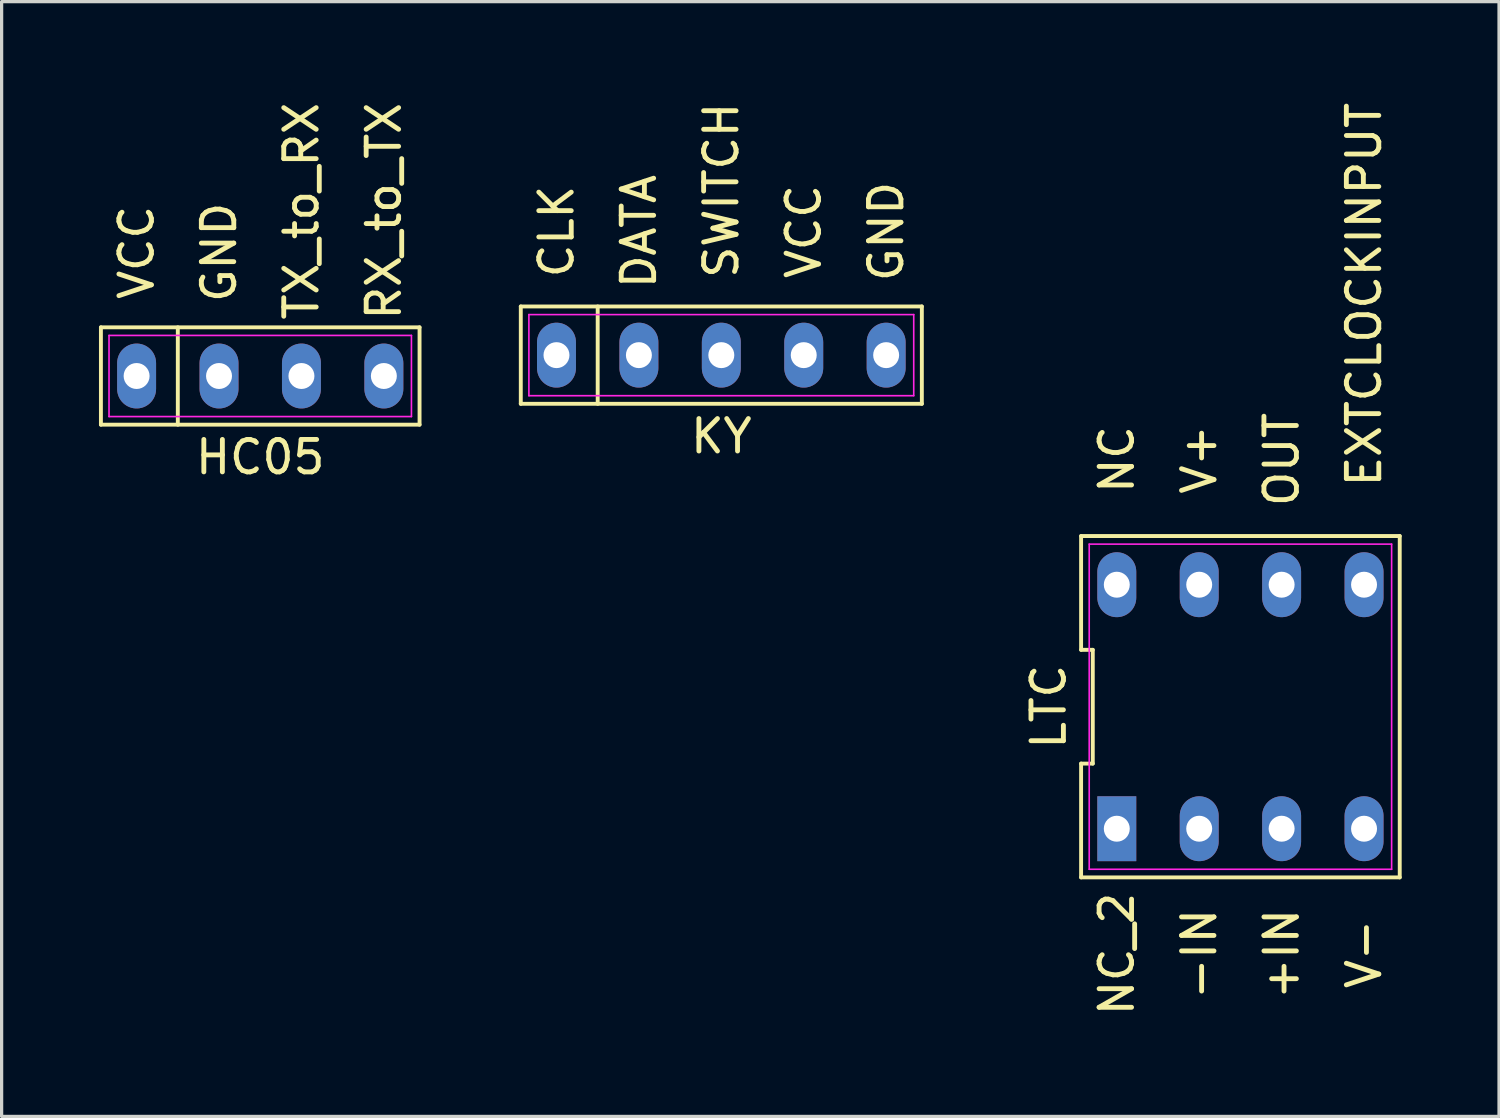
<source format=kicad_pcb>
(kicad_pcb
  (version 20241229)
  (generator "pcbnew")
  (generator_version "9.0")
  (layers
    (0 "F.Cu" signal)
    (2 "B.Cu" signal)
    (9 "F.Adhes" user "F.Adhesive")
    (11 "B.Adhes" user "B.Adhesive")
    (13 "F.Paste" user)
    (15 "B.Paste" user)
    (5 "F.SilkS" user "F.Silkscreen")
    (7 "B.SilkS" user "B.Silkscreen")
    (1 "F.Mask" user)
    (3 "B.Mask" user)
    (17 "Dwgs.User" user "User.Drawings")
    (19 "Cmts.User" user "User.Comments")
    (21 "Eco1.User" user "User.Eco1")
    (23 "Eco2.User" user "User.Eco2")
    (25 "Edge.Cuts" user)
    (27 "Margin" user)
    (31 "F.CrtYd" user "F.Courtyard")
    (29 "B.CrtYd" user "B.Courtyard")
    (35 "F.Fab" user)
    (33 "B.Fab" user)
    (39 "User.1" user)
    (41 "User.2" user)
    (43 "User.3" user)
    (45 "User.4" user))
  (footprint "HC05"
    (layer "F.Cu")
    (at 4.97 8.538)
    (property "Reference" "HC05" (at 0 2.5 0) (layer "F.SilkS") (effects (font (size 1 1) (thickness 0.15))))
    (attr through_hole)
    (fp_line (start -4.91 -1.5) (end 4.91 -1.5) (stroke (width 0.12) (type solid)) (layer "F.SilkS"))
    (fp_line (start -4.91 1.5) (end -4.91 -1.5) (stroke (width 0.12) (type solid)) (layer "F.SilkS"))
    (fp_line (start -2.54 -1.5) (end -2.54 1.5) (stroke (width 0.12) (type solid)) (layer "F.SilkS"))
    (fp_line (start 4.91 -1.5) (end 4.91 1.5) (stroke (width 0.12) (type solid)) (layer "F.SilkS"))
    (fp_line (start 4.91 1.5) (end -4.91 1.5) (stroke (width 0.12) (type solid)) (layer "F.SilkS"))
    (fp_line (start -4.66 -1.25) (end 4.66 -1.25) (stroke (width 0.05) (type solid)) (layer "F.CrtYd"))
    (fp_line (start -4.66 1.25) (end -4.66 -1.25) (stroke (width 0.05) (type solid)) (layer "F.CrtYd"))
    (fp_line (start 4.66 -1.25) (end 4.66 1.25) (stroke (width 0.05) (type solid)) (layer "F.CrtYd"))
    (fp_line (start 4.66 1.25) (end -4.66 1.25) (stroke (width 0.05) (type solid)) (layer "F.CrtYd"))
    (fp_text user "TX_to_RX" (at 1.27 -5.08 90) (layer "F.SilkS") (effects (font (size 1 1) (thickness 0.15))))
    (fp_text user "RX_to_TX" (at 3.81 -5.08 90) (layer "F.SilkS") (effects (font (size 1 1) (thickness 0.15))))
    (fp_text user "VCC" (at -3.81 -3.81 90) (layer "F.SilkS") (effects (font (size 1 1) (thickness 0.15))))
    (fp_text user "GND" (at -1.27 -3.81 90) (layer "F.SilkS") (effects (font (size 1 1) (thickness 0.15))))
    (pad "1" thru_hole oval (at -3.81 0) (size 1.2 2) (drill 0.8) (layers "*.Cu" "*.Mask"))
    (pad "2" thru_hole oval (at -1.27 0) (size 1.2 2) (drill 0.8) (layers "*.Cu" "*.Mask"))
    (pad "3" thru_hole oval (at 1.27 0) (size 1.2 2) (drill 0.8) (layers "*.Cu" "*.Mask"))
    (pad "4" thru_hole oval (at 3.81 0) (size 1.2 2) (drill 0.8) (layers "*.Cu" "*.Mask")))
  (footprint "KY"
    (layer "F.Cu")
    (at 19.18 7.895)
    (property "Reference" "KY" (at 0 2.5 0) (layer "F.SilkS") (effects (font (size 1 1) (thickness 0.15))))
    (attr through_hole)
    (fp_line (start -6.18 -1.5) (end 6.18 -1.5) (stroke (width 0.12) (type solid)) (layer "F.SilkS"))
    (fp_line (start -6.18 1.5) (end -6.18 -1.5) (stroke (width 0.12) (type solid)) (layer "F.SilkS"))
    (fp_line (start -3.81 -1.5) (end -3.81 1.5) (stroke (width 0.12) (type solid)) (layer "F.SilkS"))
    (fp_line (start 6.18 -1.5) (end 6.18 1.5) (stroke (width 0.12) (type solid)) (layer "F.SilkS"))
    (fp_line (start 6.18 1.5) (end -6.18 1.5) (stroke (width 0.12) (type solid)) (layer "F.SilkS"))
    (fp_line (start -5.93 -1.25) (end 5.93 -1.25) (stroke (width 0.05) (type solid)) (layer "F.CrtYd"))
    (fp_line (start -5.93 1.25) (end -5.93 -1.25) (stroke (width 0.05) (type solid)) (layer "F.CrtYd"))
    (fp_line (start 5.93 -1.25) (end 5.93 1.25) (stroke (width 0.05) (type solid)) (layer "F.CrtYd"))
    (fp_line (start 5.93 1.25) (end -5.93 1.25) (stroke (width 0.05) (type solid)) (layer "F.CrtYd"))
    (fp_text user "GND" (at 5.08 -3.81 90) (layer "F.SilkS") (effects (font (size 1 1) (thickness 0.15))))
    (fp_text user "SWITCH" (at 0 -5.08 90) (layer "F.SilkS") (effects (font (size 1 1) (thickness 0.15))))
    (fp_text user "DATA" (at -2.54 -3.81 90) (layer "F.SilkS") (effects (font (size 1 1) (thickness 0.15))))
    (fp_text user "VCC" (at 2.54 -3.81 90) (layer "F.SilkS") (effects (font (size 1 1) (thickness 0.15))))
    (fp_text user "CLK" (at -5.08 -3.81 90) (layer "F.SilkS") (effects (font (size 1 1) (thickness 0.15))))
    (pad "1" thru_hole oval (at -5.08 0) (size 1.2 2) (drill 0.8) (layers "*.Cu" "*.Mask"))
    (pad "2" thru_hole oval (at -2.54 0) (size 1.2 2) (drill 0.8) (layers "*.Cu" "*.Mask"))
    (pad "3" thru_hole oval (at 0 0) (size 1.2 2) (drill 0.8) (layers "*.Cu" "*.Mask"))
    (pad "4" thru_hole oval (at 2.54 0) (size 1.2 2) (drill 0.8) (layers "*.Cu" "*.Mask"))
    (pad "5" thru_hole oval (at 5.08 0) (size 1.2 2) (drill 0.8) (layers "*.Cu" "*.Mask")))
  (footprint "LTC"
    (layer "F.Cu")
    (at 35.178 18.73)
    (property "Reference" "LTC" (at -5.91 0 90) (layer "F.SilkS") (effects (font (size 1 1) (thickness 0.15))))
    (attr through_hole)
    (fp_line (start -4.91 -5.26) (end -4.91 -1.753) (stroke (width 0.12) (type solid)) (layer "F.SilkS"))
    (fp_line (start -4.91 -1.753) (end -4.55 -1.753) (stroke (width 0.12) (type solid)) (layer "F.SilkS"))
    (fp_line (start -4.91 1.753) (end -4.91 5.26) (stroke (width 0.12) (type solid)) (layer "F.SilkS"))
    (fp_line (start -4.91 5.26) (end 4.91 5.26) (stroke (width 0.12) (type solid)) (layer "F.SilkS"))
    (fp_line (start -4.55 -1.753) (end -4.55 1.753) (stroke (width 0.12) (type solid)) (layer "F.SilkS"))
    (fp_line (start -4.55 1.753) (end -4.91 1.753) (stroke (width 0.12) (type solid)) (layer "F.SilkS"))
    (fp_line (start 4.91 -5.26) (end -4.91 -5.26) (stroke (width 0.12) (type solid)) (layer "F.SilkS"))
    (fp_line (start 4.91 5.26) (end 4.91 -5.26) (stroke (width 0.12) (type solid)) (layer "F.SilkS"))
    (fp_line (start -4.66 -5.01) (end 4.66 -5.01) (stroke (width 0.05) (type solid)) (layer "F.CrtYd"))
    (fp_line (start -4.66 5.01) (end -4.66 -5.01) (stroke (width 0.05) (type solid)) (layer "F.CrtYd"))
    (fp_line (start 4.66 -5.01) (end 4.66 5.01) (stroke (width 0.05) (type solid)) (layer "F.CrtYd"))
    (fp_line (start 4.66 5.01) (end -4.66 5.01) (stroke (width 0.05) (type solid)) (layer "F.CrtYd"))
    (fp_text user "-IN" (at -1.27 7.62 90) (layer "F.SilkS") (effects (font (size 1 1) (thickness 0.15))))
    (fp_text user "V+" (at -1.27 -7.62 90) (layer "F.SilkS") (effects (font (size 1 1) (thickness 0.15))))
    (fp_text user "+IN" (at 1.27 7.62 90) (layer "F.SilkS") (effects (font (size 1 1) (thickness 0.15))))
    (fp_text user "OUT" (at 1.27 -7.62 90) (layer "F.SilkS") (effects (font (size 1 1) (thickness 0.15))))
    (fp_text user "EXTCLOCKINPUT" (at 3.81 -12.7 90) (layer "F.SilkS") (effects (font (size 1 1) (thickness 0.15))))
    (fp_text user "NC" (at -3.81 -7.62 90) (layer "F.SilkS") (effects (font (size 1 1) (thickness 0.15))))
    (fp_text user "NC_2" (at -3.81 7.62 90) (layer "F.SilkS") (effects (font (size 1 1) (thickness 0.15))))
    (fp_text user "V-" (at 3.81 7.62 90) (layer "F.SilkS") (effects (font (size 1 1) (thickness 0.15))))
    (pad "1" thru_hole rect (at -3.81 3.76) (size 1.2 2) (drill 0.8) (layers "*.Cu" "*.Mask"))
    (pad "2" thru_hole oval (at -1.27 3.76) (size 1.2 2) (drill 0.8) (layers "*.Cu" "*.Mask"))
    (pad "3" thru_hole oval (at 1.27 3.76) (size 1.2 2) (drill 0.8) (layers "*.Cu" "*.Mask"))
    (pad "4" thru_hole oval (at 3.81 3.76) (size 1.2 2) (drill 0.8) (layers "*.Cu" "*.Mask"))
    (pad "5" thru_hole oval (at 3.81 -3.76) (size 1.2 2) (drill 0.8) (layers "*.Cu" "*.Mask"))
    (pad "6" thru_hole oval (at 1.27 -3.76) (size 1.2 2) (drill 0.8) (layers "*.Cu" "*.Mask"))
    (pad "7" thru_hole oval (at -1.27 -3.76) (size 1.2 2) (drill 0.8) (layers "*.Cu" "*.Mask"))
    (pad "8" thru_hole oval (at -3.81 -3.76) (size 1.2 2) (drill 0.8) (layers "*.Cu" "*.Mask")))
  (gr_rect
    (start -3 -3)
    (end 43.148 31.356)
    (stroke (width 0.1) (type default))
    (fill no)
    (layer "Edge.Cuts")))
</source>
